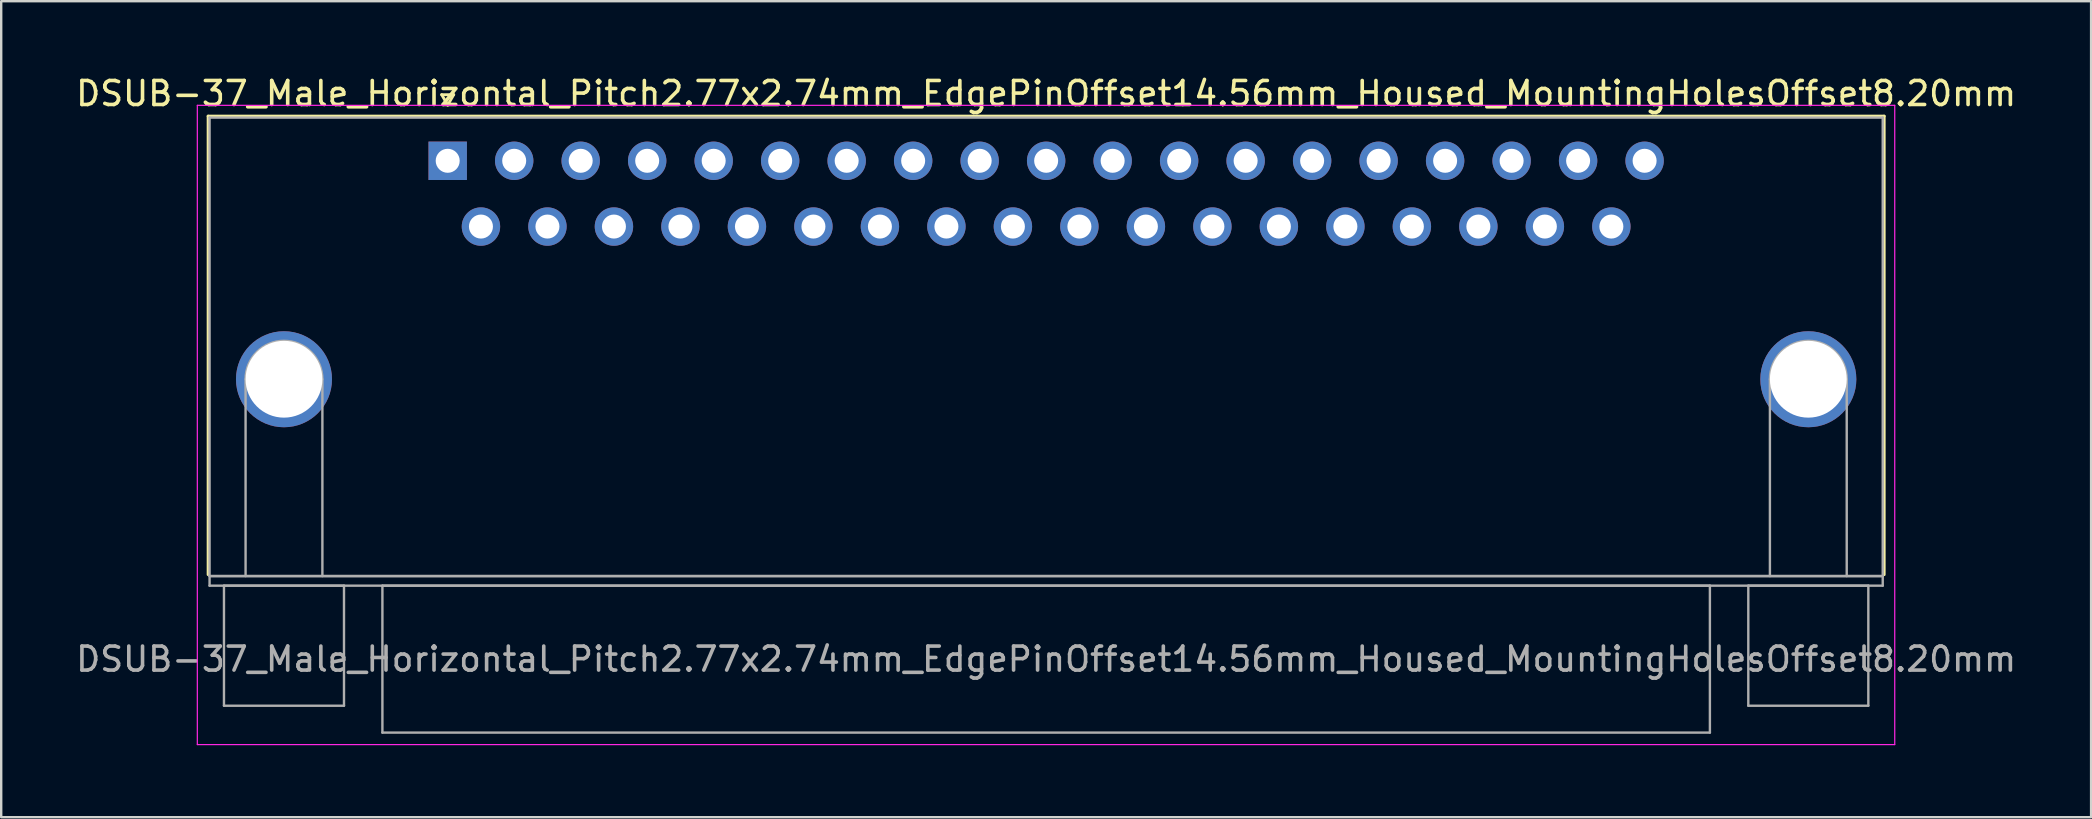
<source format=kicad_pcb>
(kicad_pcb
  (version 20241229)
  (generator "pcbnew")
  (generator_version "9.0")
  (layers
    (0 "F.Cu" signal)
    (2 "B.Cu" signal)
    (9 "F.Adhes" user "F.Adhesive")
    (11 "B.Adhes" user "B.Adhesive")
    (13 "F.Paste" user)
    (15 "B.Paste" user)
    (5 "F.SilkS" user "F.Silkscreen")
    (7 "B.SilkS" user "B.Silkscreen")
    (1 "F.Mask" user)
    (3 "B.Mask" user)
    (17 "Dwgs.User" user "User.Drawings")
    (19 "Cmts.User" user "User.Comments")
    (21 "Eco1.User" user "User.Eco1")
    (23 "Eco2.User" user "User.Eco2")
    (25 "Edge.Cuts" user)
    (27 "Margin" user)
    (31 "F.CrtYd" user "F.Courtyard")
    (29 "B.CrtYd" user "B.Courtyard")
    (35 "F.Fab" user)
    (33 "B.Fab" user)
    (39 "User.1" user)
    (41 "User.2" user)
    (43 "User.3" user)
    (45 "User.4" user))
  (footprint "DSUB-37_Male_Horizontal_Pitch2.77x2.74mm_EdgePinOffset14.56mm_Housed_MountingHolesOffset8.20mm"
    (layer "F.Cu")
    (at 15.6 3.648)
    (property "Reference" "DSUB-37_Male_Horizontal_Pitch2.77x2.74mm_EdgePinOffset14.56mm_Housed_MountingHolesOffset8.20mm" (at 24.93 -2.8 0) (layer "F.SilkS") (effects (font (size 1 1) (thickness 0.15))))
    (attr through_hole)
    (fp_line (start -9.98 -1.86) (end 59.84 -1.86) (stroke (width 0.12) (type solid)) (layer "F.SilkS"))
    (fp_line (start -9.98 17.24) (end -9.98 -1.86) (stroke (width 0.12) (type solid)) (layer "F.SilkS"))
    (fp_line (start -0.25 -2.754) (end 0.25 -2.754) (stroke (width 0.12) (type solid)) (layer "F.SilkS"))
    (fp_line (start 0 -2.321) (end -0.25 -2.754) (stroke (width 0.12) (type solid)) (layer "F.SilkS"))
    (fp_line (start 0.25 -2.754) (end 0 -2.321) (stroke (width 0.12) (type solid)) (layer "F.SilkS"))
    (fp_line (start 59.84 -1.86) (end 59.84 17.24) (stroke (width 0.12) (type solid)) (layer "F.SilkS"))
    (fp_line (start -10.43 -2.31) (end -10.43 24.32) (stroke (width 0.05) (type solid)) (layer "F.CrtYd"))
    (fp_line (start -10.43 24.32) (end 60.28 24.32) (stroke (width 0.05) (type solid)) (layer "F.CrtYd"))
    (fp_line (start 60.28 -2.31) (end -10.43 -2.31) (stroke (width 0.05) (type solid)) (layer "F.CrtYd"))
    (fp_line (start 60.28 24.32) (end 60.28 -2.31) (stroke (width 0.05) (type solid)) (layer "F.CrtYd"))
    (fp_line (start -9.92 -1.8) (end -9.92 17.3) (stroke (width 0.1) (type solid)) (layer "F.Fab"))
    (fp_line (start -9.92 17.3) (end -9.92 17.7) (stroke (width 0.1) (type solid)) (layer "F.Fab"))
    (fp_line (start -9.92 17.3) (end 59.78 17.3) (stroke (width 0.1) (type solid)) (layer "F.Fab"))
    (fp_line (start -9.92 17.7) (end 59.78 17.7) (stroke (width 0.1) (type solid)) (layer "F.Fab"))
    (fp_line (start -9.32 17.7) (end -9.32 22.7) (stroke (width 0.1) (type solid)) (layer "F.Fab"))
    (fp_line (start -9.32 22.7) (end -4.32 22.7) (stroke (width 0.1) (type solid)) (layer "F.Fab"))
    (fp_line (start -8.42 17.3) (end -8.42 9.1) (stroke (width 0.1) (type solid)) (layer "F.Fab"))
    (fp_line (start -5.22 17.3) (end -5.22 9.1) (stroke (width 0.1) (type solid)) (layer "F.Fab"))
    (fp_line (start -4.32 17.7) (end -9.32 17.7) (stroke (width 0.1) (type solid)) (layer "F.Fab"))
    (fp_line (start -4.32 22.7) (end -4.32 17.7) (stroke (width 0.1) (type solid)) (layer "F.Fab"))
    (fp_line (start -2.72 17.7) (end -2.72 23.82) (stroke (width 0.1) (type solid)) (layer "F.Fab"))
    (fp_line (start -2.72 23.82) (end 52.58 23.82) (stroke (width 0.1) (type solid)) (layer "F.Fab"))
    (fp_line (start 52.58 17.7) (end -2.72 17.7) (stroke (width 0.1) (type solid)) (layer "F.Fab"))
    (fp_line (start 52.58 23.82) (end 52.58 17.7) (stroke (width 0.1) (type solid)) (layer "F.Fab"))
    (fp_line (start 54.18 17.7) (end 54.18 22.7) (stroke (width 0.1) (type solid)) (layer "F.Fab"))
    (fp_line (start 54.18 22.7) (end 59.18 22.7) (stroke (width 0.1) (type solid)) (layer "F.Fab"))
    (fp_line (start 55.08 17.3) (end 55.08 9.1) (stroke (width 0.1) (type solid)) (layer "F.Fab"))
    (fp_line (start 58.28 17.3) (end 58.28 9.1) (stroke (width 0.1) (type solid)) (layer "F.Fab"))
    (fp_line (start 59.18 17.7) (end 54.18 17.7) (stroke (width 0.1) (type solid)) (layer "F.Fab"))
    (fp_line (start 59.18 22.7) (end 59.18 17.7) (stroke (width 0.1) (type solid)) (layer "F.Fab"))
    (fp_line (start 59.78 -1.8) (end -9.92 -1.8) (stroke (width 0.1) (type solid)) (layer "F.Fab"))
    (fp_line (start 59.78 17.3) (end -9.92 17.3) (stroke (width 0.1) (type solid)) (layer "F.Fab"))
    (fp_line (start 59.78 17.3) (end 59.78 -1.8) (stroke (width 0.1) (type solid)) (layer "F.Fab"))
    (fp_line (start 59.78 17.7) (end 59.78 17.3) (stroke (width 0.1) (type solid)) (layer "F.Fab"))
    (fp_arc (start -8.42 9.1) (mid -6.82 7.5) (end -5.22 9.1) (stroke (width 0.1) (type solid)) (layer "F.Fab"))
    (fp_arc (start 55.08 9.1) (mid 56.68 7.5) (end 58.28 9.1) (stroke (width 0.1) (type solid)) (layer "F.Fab"))
    (fp_text user "${REFERENCE}" (at 24.93 20.76 0) (layer "F.Fab") (effects (font (size 1 1) (thickness 0.15))))
    (pad "0" thru_hole circle (at -6.82 9.1) (size 4 4) (drill 3.2) (layers "*.Cu" "*.Mask"))
    (pad "0" thru_hole circle (at 56.68 9.1) (size 4 4) (drill 3.2) (layers "*.Cu" "*.Mask"))
    (pad "1" thru_hole rect (at 0 0) (size 1.6 1.6) (drill 1) (layers "*.Cu" "*.Mask"))
    (pad "2" thru_hole circle (at 2.77 0) (size 1.6 1.6) (drill 1) (layers "*.Cu" "*.Mask"))
    (pad "3" thru_hole circle (at 5.54 0) (size 1.6 1.6) (drill 1) (layers "*.Cu" "*.Mask"))
    (pad "4" thru_hole circle (at 8.31 0) (size 1.6 1.6) (drill 1) (layers "*.Cu" "*.Mask"))
    (pad "5" thru_hole circle (at 11.08 0) (size 1.6 1.6) (drill 1) (layers "*.Cu" "*.Mask"))
    (pad "6" thru_hole circle (at 13.85 0) (size 1.6 1.6) (drill 1) (layers "*.Cu" "*.Mask"))
    (pad "7" thru_hole circle (at 16.62 0) (size 1.6 1.6) (drill 1) (layers "*.Cu" "*.Mask"))
    (pad "8" thru_hole circle (at 19.39 0) (size 1.6 1.6) (drill 1) (layers "*.Cu" "*.Mask"))
    (pad "9" thru_hole circle (at 22.16 0) (size 1.6 1.6) (drill 1) (layers "*.Cu" "*.Mask"))
    (pad "10" thru_hole circle (at 24.93 0) (size 1.6 1.6) (drill 1) (layers "*.Cu" "*.Mask"))
    (pad "11" thru_hole circle (at 27.7 0) (size 1.6 1.6) (drill 1) (layers "*.Cu" "*.Mask"))
    (pad "12" thru_hole circle (at 30.47 0) (size 1.6 1.6) (drill 1) (layers "*.Cu" "*.Mask"))
    (pad "13" thru_hole circle (at 33.24 0) (size 1.6 1.6) (drill 1) (layers "*.Cu" "*.Mask"))
    (pad "14" thru_hole circle (at 36.01 0) (size 1.6 1.6) (drill 1) (layers "*.Cu" "*.Mask"))
    (pad "15" thru_hole circle (at 38.78 0) (size 1.6 1.6) (drill 1) (layers "*.Cu" "*.Mask"))
    (pad "16" thru_hole circle (at 41.55 0) (size 1.6 1.6) (drill 1) (layers "*.Cu" "*.Mask"))
    (pad "17" thru_hole circle (at 44.32 0) (size 1.6 1.6) (drill 1) (layers "*.Cu" "*.Mask"))
    (pad "18" thru_hole circle (at 47.09 0) (size 1.6 1.6) (drill 1) (layers "*.Cu" "*.Mask"))
    (pad "19" thru_hole circle (at 49.86 0) (size 1.6 1.6) (drill 1) (layers "*.Cu" "*.Mask"))
    (pad "20" thru_hole circle (at 1.385 2.74) (size 1.6 1.6) (drill 1) (layers "*.Cu" "*.Mask"))
    (pad "21" thru_hole circle (at 4.155 2.74) (size 1.6 1.6) (drill 1) (layers "*.Cu" "*.Mask"))
    (pad "22" thru_hole circle (at 6.925 2.74) (size 1.6 1.6) (drill 1) (layers "*.Cu" "*.Mask"))
    (pad "23" thru_hole circle (at 9.695 2.74) (size 1.6 1.6) (drill 1) (layers "*.Cu" "*.Mask"))
    (pad "24" thru_hole circle (at 12.465 2.74) (size 1.6 1.6) (drill 1) (layers "*.Cu" "*.Mask"))
    (pad "25" thru_hole circle (at 15.235 2.74) (size 1.6 1.6) (drill 1) (layers "*.Cu" "*.Mask"))
    (pad "26" thru_hole circle (at 18.005 2.74) (size 1.6 1.6) (drill 1) (layers "*.Cu" "*.Mask"))
    (pad "27" thru_hole circle (at 20.775 2.74) (size 1.6 1.6) (drill 1) (layers "*.Cu" "*.Mask"))
    (pad "28" thru_hole circle (at 23.545 2.74) (size 1.6 1.6) (drill 1) (layers "*.Cu" "*.Mask"))
    (pad "29" thru_hole circle (at 26.315 2.74) (size 1.6 1.6) (drill 1) (layers "*.Cu" "*.Mask"))
    (pad "30" thru_hole circle (at 29.085 2.74) (size 1.6 1.6) (drill 1) (layers "*.Cu" "*.Mask"))
    (pad "31" thru_hole circle (at 31.855 2.74) (size 1.6 1.6) (drill 1) (layers "*.Cu" "*.Mask"))
    (pad "32" thru_hole circle (at 34.625 2.74) (size 1.6 1.6) (drill 1) (layers "*.Cu" "*.Mask"))
    (pad "33" thru_hole circle (at 37.395 2.74) (size 1.6 1.6) (drill 1) (layers "*.Cu" "*.Mask"))
    (pad "34" thru_hole circle (at 40.165 2.74) (size 1.6 1.6) (drill 1) (layers "*.Cu" "*.Mask"))
    (pad "35" thru_hole circle (at 42.935 2.74) (size 1.6 1.6) (drill 1) (layers "*.Cu" "*.Mask"))
    (pad "36" thru_hole circle (at 45.705 2.74) (size 1.6 1.6) (drill 1) (layers "*.Cu" "*.Mask"))
    (pad "37" thru_hole circle (at 48.475 2.74) (size 1.6 1.6) (drill 1) (layers "*.Cu" "*.Mask")))
  (gr_rect
    (start -3 -3)
    (end 84.06 30.993)
    (stroke (width 0.1) (type default))
    (fill no)
    (layer "Edge.Cuts")))
</source>
